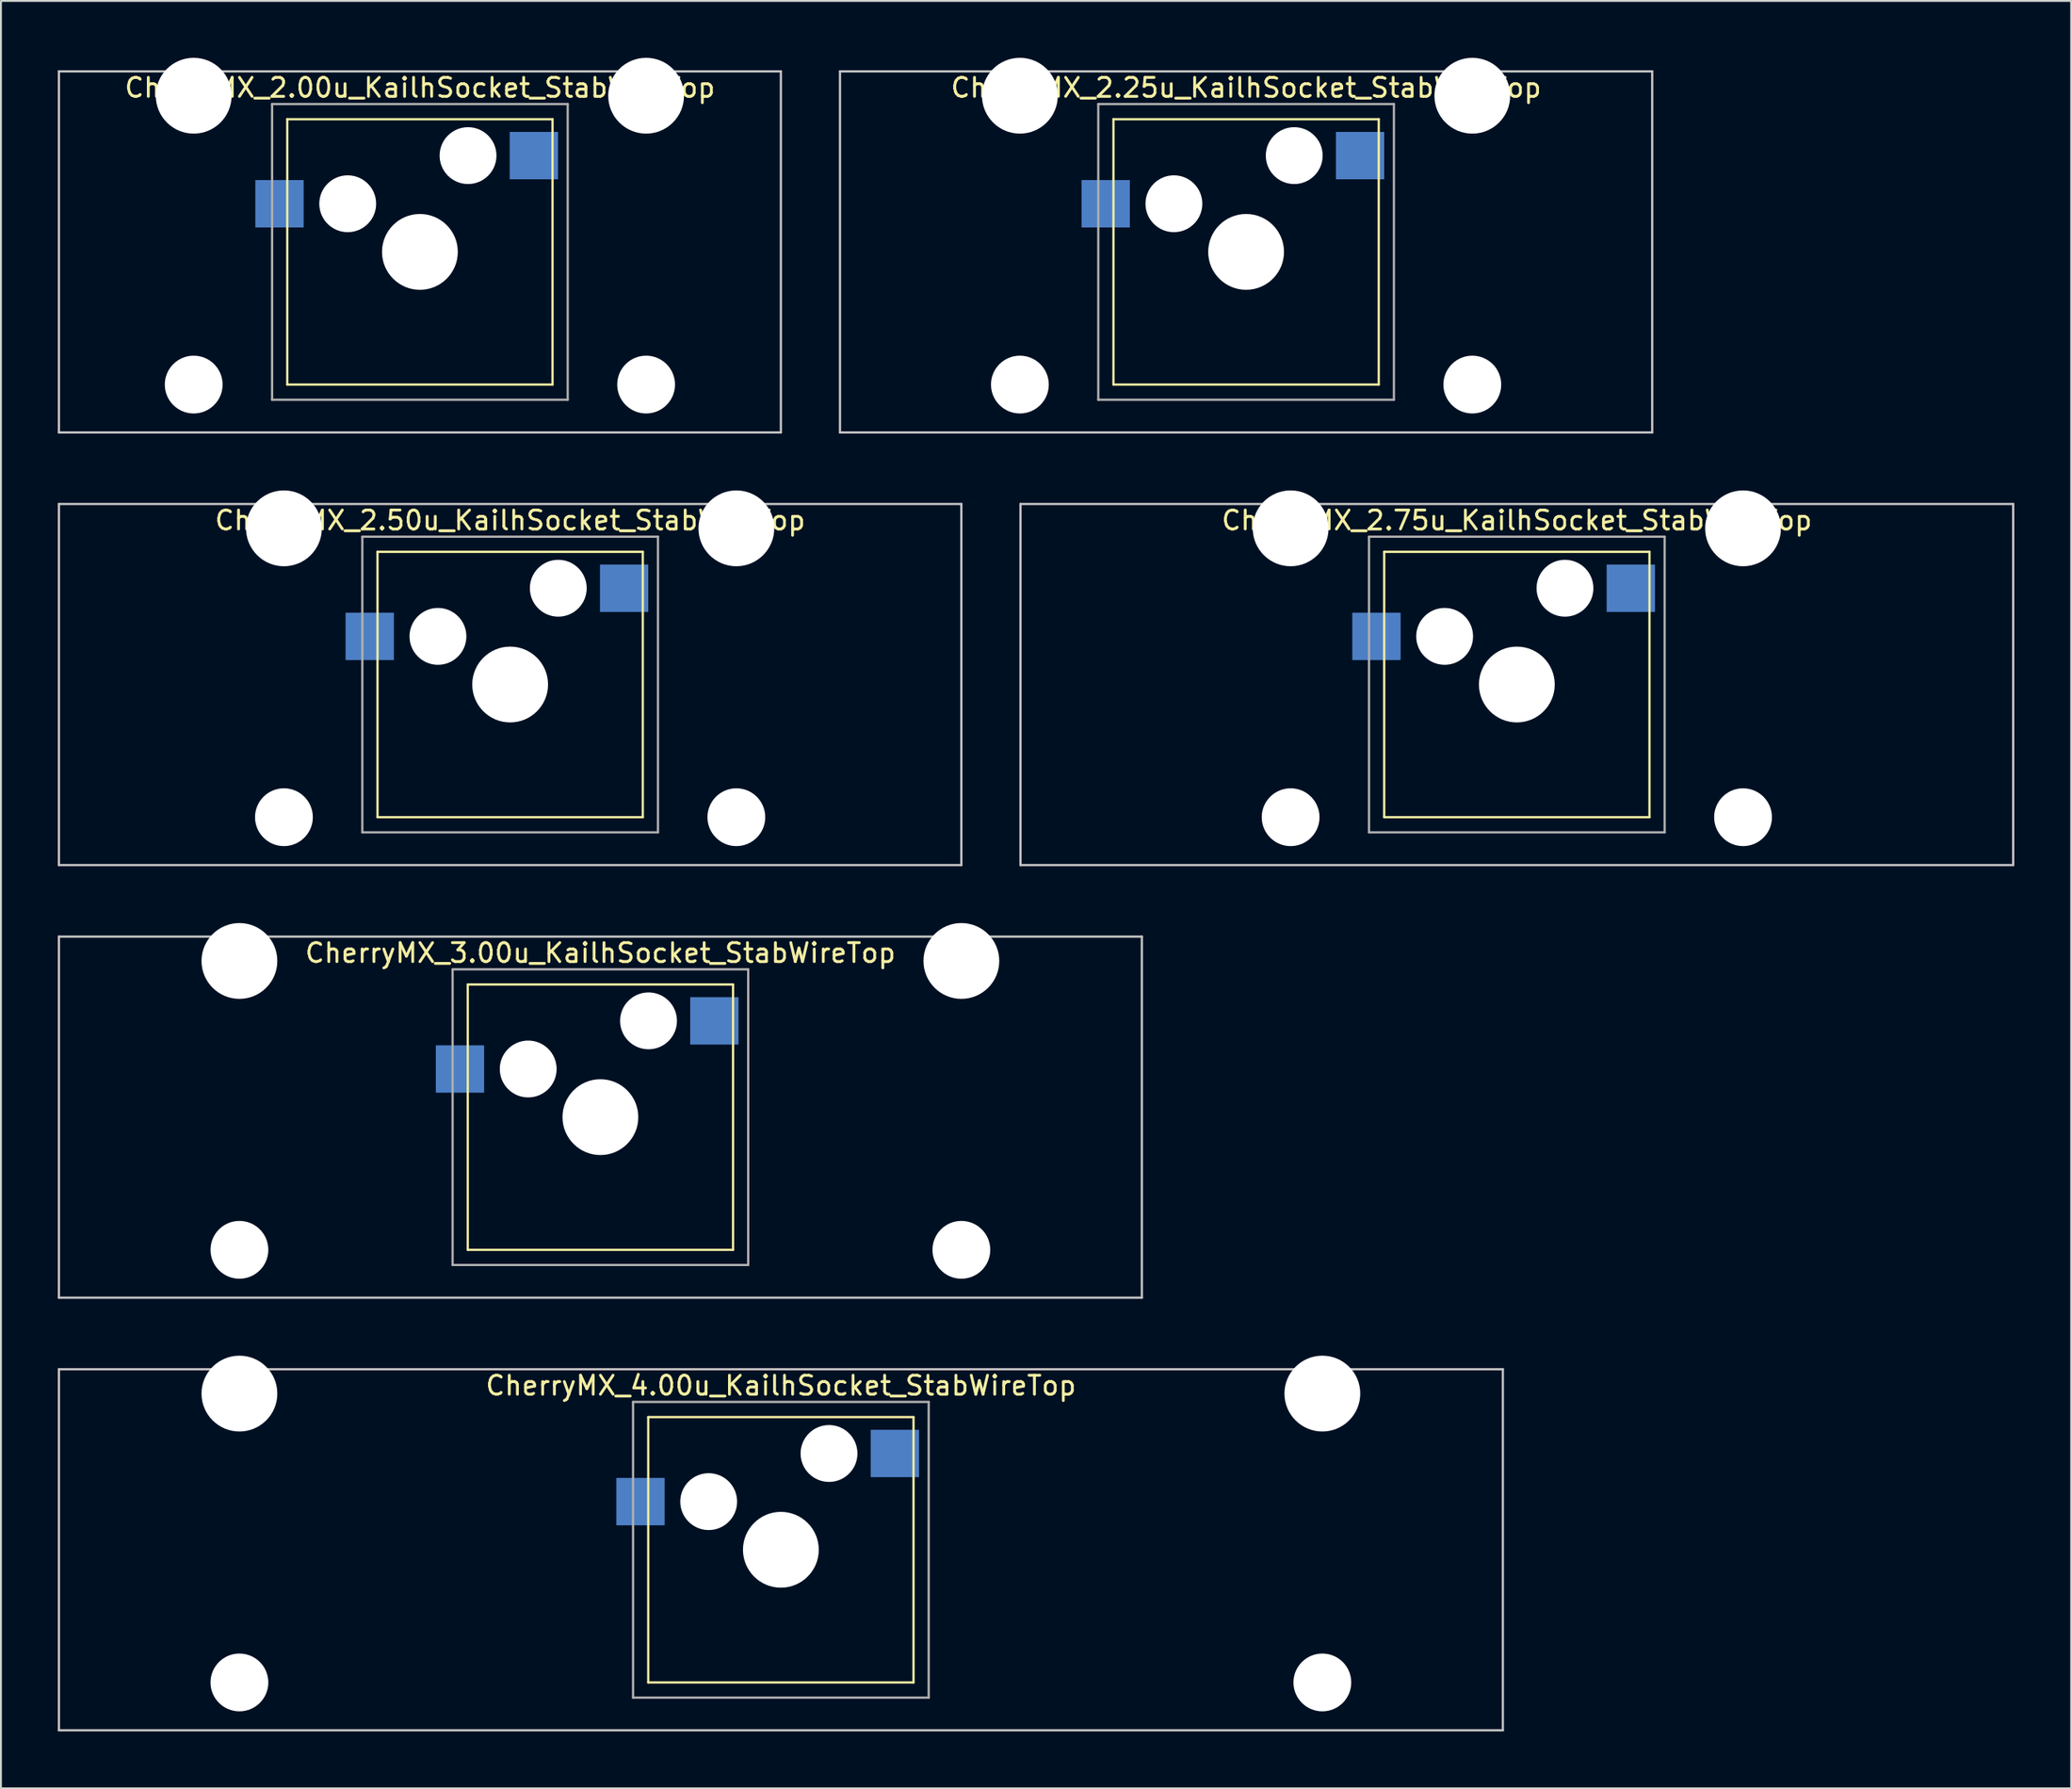
<source format=kicad_pcb>
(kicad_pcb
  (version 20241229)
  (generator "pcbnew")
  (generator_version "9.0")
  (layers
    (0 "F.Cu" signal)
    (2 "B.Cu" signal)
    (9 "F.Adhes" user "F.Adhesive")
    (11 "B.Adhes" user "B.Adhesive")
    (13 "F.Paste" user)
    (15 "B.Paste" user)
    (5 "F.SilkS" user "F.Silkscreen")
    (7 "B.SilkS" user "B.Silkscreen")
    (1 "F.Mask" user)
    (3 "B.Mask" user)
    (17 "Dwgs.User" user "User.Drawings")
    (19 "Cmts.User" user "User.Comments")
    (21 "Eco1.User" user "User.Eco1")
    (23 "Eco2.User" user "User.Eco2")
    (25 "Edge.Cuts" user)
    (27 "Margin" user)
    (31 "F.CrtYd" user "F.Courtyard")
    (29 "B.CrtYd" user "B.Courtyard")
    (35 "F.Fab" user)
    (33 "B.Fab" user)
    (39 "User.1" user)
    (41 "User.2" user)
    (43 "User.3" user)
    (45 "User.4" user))
  (footprint "CherryMX_2.75u_KailhSocket_StabWireTop"
    (layer "F.Cu")
    (at 76.999 33.065)
    (property "Reference" "CherryMX_2.75u_KailhSocket_StabWireTop" (at 0 -8.662 0) (layer "F.SilkS") (effects (font (size 1 1) (thickness 0.15))))
    (attr through_hole)
    (fp_line (start -7 -7) (end -7 7) (stroke (width 0.12) (type solid)) (layer "F.SilkS"))
    (fp_line (start -7 -7) (end 7 -7) (stroke (width 0.12) (type solid)) (layer "F.SilkS"))
    (fp_line (start 7 -7) (end 7 7) (stroke (width 0.12) (type solid)) (layer "F.SilkS"))
    (fp_line (start 7 7) (end -7 7) (stroke (width 0.12) (type solid)) (layer "F.SilkS"))
    (fp_line (start -26.194 -9.525) (end 26.194 -9.525) (stroke (width 0.12) (type solid)) (layer "Dwgs.User"))
    (fp_line (start -26.194 9.525) (end -26.194 -9.525) (stroke (width 0.12) (type solid)) (layer "Dwgs.User"))
    (fp_line (start 26.194 -9.525) (end 26.194 9.525) (stroke (width 0.12) (type solid)) (layer "Dwgs.User"))
    (fp_line (start 26.194 9.525) (end -26.194 9.525) (stroke (width 0.12) (type solid)) (layer "Dwgs.User"))
    (fp_line (start -7.8 -7.8) (end -7.8 7.8) (stroke (width 0.12) (type solid)) (layer "F.Fab"))
    (fp_line (start -7.8 -7.8) (end 7.8 -7.8) (stroke (width 0.12) (type solid)) (layer "F.Fab"))
    (fp_line (start -7.8 7.8) (end 7.8 7.8) (stroke (width 0.12) (type solid)) (layer "F.Fab"))
    (fp_line (start 7.8 -7.8) (end 7.8 7.8) (stroke (width 0.12) (type solid)) (layer "F.Fab"))
    (pad "" np_thru_hole circle (at -11.938 -8.24) (size 4 4) (drill 4) (layers "*.Cu" "*.Mask"))
    (pad "" np_thru_hole circle (at -11.938 7) (size 3.05 3.05) (drill 3.05) (layers "*.Cu" "*.Mask"))
    (pad "" np_thru_hole circle (at -3.81 -2.54) (size 3 3) (drill 3) (layers "*.Cu" "*.Mask"))
    (pad "" np_thru_hole circle (at 0 0) (size 4 4) (drill 4) (layers "*.Cu" "*.Mask"))
    (pad "" np_thru_hole circle (at 2.54 -5.08) (size 3 3) (drill 3) (layers "*.Cu" "*.Mask"))
    (pad "" np_thru_hole circle (at 11.938 -8.24) (size 4 4) (drill 4) (layers "*.Cu" "*.Mask"))
    (pad "" np_thru_hole circle (at 11.938 7) (size 3.05 3.05) (drill 3.05) (layers "*.Cu" "*.Mask"))
    (pad "1" smd rect (at -7.41 -2.54) (size 2.55 2.5) (layers "B.Cu" "B.Mask" "B.Paste"))
    (pad "2" smd rect (at 6.015 -5.08) (size 2.55 2.5) (layers "B.Cu" "B.Mask" "B.Paste")))
  (footprint "CherryMX_2.50u_KailhSocket_StabWireTop"
    (layer "F.Cu")
    (at 23.872 33.065)
    (property "Reference" "CherryMX_2.50u_KailhSocket_StabWireTop" (at 0 -8.662 0) (layer "F.SilkS") (effects (font (size 1 1) (thickness 0.15))))
    (attr through_hole)
    (fp_line (start -7 -7) (end -7 7) (stroke (width 0.12) (type solid)) (layer "F.SilkS"))
    (fp_line (start -7 -7) (end 7 -7) (stroke (width 0.12) (type solid)) (layer "F.SilkS"))
    (fp_line (start 7 -7) (end 7 7) (stroke (width 0.12) (type solid)) (layer "F.SilkS"))
    (fp_line (start 7 7) (end -7 7) (stroke (width 0.12) (type solid)) (layer "F.SilkS"))
    (fp_line (start -23.812 -9.525) (end 23.812 -9.525) (stroke (width 0.12) (type solid)) (layer "Dwgs.User"))
    (fp_line (start -23.812 9.525) (end -23.812 -9.525) (stroke (width 0.12) (type solid)) (layer "Dwgs.User"))
    (fp_line (start 23.812 -9.525) (end 23.812 9.525) (stroke (width 0.12) (type solid)) (layer "Dwgs.User"))
    (fp_line (start 23.812 9.525) (end -23.812 9.525) (stroke (width 0.12) (type solid)) (layer "Dwgs.User"))
    (fp_line (start -7.8 -7.8) (end -7.8 7.8) (stroke (width 0.12) (type solid)) (layer "F.Fab"))
    (fp_line (start -7.8 -7.8) (end 7.8 -7.8) (stroke (width 0.12) (type solid)) (layer "F.Fab"))
    (fp_line (start -7.8 7.8) (end 7.8 7.8) (stroke (width 0.12) (type solid)) (layer "F.Fab"))
    (fp_line (start 7.8 -7.8) (end 7.8 7.8) (stroke (width 0.12) (type solid)) (layer "F.Fab"))
    (pad "" np_thru_hole circle (at -11.938 -8.24) (size 4 4) (drill 4) (layers "*.Cu" "*.Mask"))
    (pad "" np_thru_hole circle (at -11.938 7) (size 3.05 3.05) (drill 3.05) (layers "*.Cu" "*.Mask"))
    (pad "" np_thru_hole circle (at -3.81 -2.54) (size 3 3) (drill 3) (layers "*.Cu" "*.Mask"))
    (pad "" np_thru_hole circle (at 0 0) (size 4 4) (drill 4) (layers "*.Cu" "*.Mask"))
    (pad "" np_thru_hole circle (at 2.54 -5.08) (size 3 3) (drill 3) (layers "*.Cu" "*.Mask"))
    (pad "" np_thru_hole circle (at 11.938 -8.24) (size 4 4) (drill 4) (layers "*.Cu" "*.Mask"))
    (pad "" np_thru_hole circle (at 11.938 7) (size 3.05 3.05) (drill 3.05) (layers "*.Cu" "*.Mask"))
    (pad "1" smd rect (at -7.41 -2.54) (size 2.55 2.5) (layers "B.Cu" "B.Mask" "B.Paste"))
    (pad "2" smd rect (at 6.015 -5.08) (size 2.55 2.5) (layers "B.Cu" "B.Mask" "B.Paste")))
  (footprint "CherryMX_3.00u_KailhSocket_StabWireTop"
    (layer "F.Cu")
    (at 28.635 55.89)
    (property "Reference" "CherryMX_3.00u_KailhSocket_StabWireTop" (at 0 -8.662 0) (layer "F.SilkS") (effects (font (size 1 1) (thickness 0.15))))
    (attr through_hole)
    (fp_line (start -7 -7) (end -7 7) (stroke (width 0.12) (type solid)) (layer "F.SilkS"))
    (fp_line (start -7 -7) (end 7 -7) (stroke (width 0.12) (type solid)) (layer "F.SilkS"))
    (fp_line (start 7 -7) (end 7 7) (stroke (width 0.12) (type solid)) (layer "F.SilkS"))
    (fp_line (start 7 7) (end -7 7) (stroke (width 0.12) (type solid)) (layer "F.SilkS"))
    (fp_line (start -28.575 -9.525) (end 28.575 -9.525) (stroke (width 0.12) (type solid)) (layer "Dwgs.User"))
    (fp_line (start -28.575 9.525) (end -28.575 -9.525) (stroke (width 0.12) (type solid)) (layer "Dwgs.User"))
    (fp_line (start 28.575 -9.525) (end 28.575 9.525) (stroke (width 0.12) (type solid)) (layer "Dwgs.User"))
    (fp_line (start 28.575 9.525) (end -28.575 9.525) (stroke (width 0.12) (type solid)) (layer "Dwgs.User"))
    (fp_line (start -7.8 -7.8) (end -7.8 7.8) (stroke (width 0.12) (type solid)) (layer "F.Fab"))
    (fp_line (start -7.8 -7.8) (end 7.8 -7.8) (stroke (width 0.12) (type solid)) (layer "F.Fab"))
    (fp_line (start -7.8 7.8) (end 7.8 7.8) (stroke (width 0.12) (type solid)) (layer "F.Fab"))
    (fp_line (start 7.8 -7.8) (end 7.8 7.8) (stroke (width 0.12) (type solid)) (layer "F.Fab"))
    (pad "" np_thru_hole circle (at -19.05 -8.24) (size 4 4) (drill 4) (layers "*.Cu" "*.Mask"))
    (pad "" np_thru_hole circle (at -19.05 7) (size 3.05 3.05) (drill 3.05) (layers "*.Cu" "*.Mask"))
    (pad "" np_thru_hole circle (at -3.81 -2.54) (size 3 3) (drill 3) (layers "*.Cu" "*.Mask"))
    (pad "" np_thru_hole circle (at 0 0) (size 4 4) (drill 4) (layers "*.Cu" "*.Mask"))
    (pad "" np_thru_hole circle (at 2.54 -5.08) (size 3 3) (drill 3) (layers "*.Cu" "*.Mask"))
    (pad "" np_thru_hole circle (at 19.05 -8.24) (size 4 4) (drill 4) (layers "*.Cu" "*.Mask"))
    (pad "" np_thru_hole circle (at 19.05 7) (size 3.05 3.05) (drill 3.05) (layers "*.Cu" "*.Mask"))
    (pad "1" smd rect (at -7.41 -2.54) (size 2.55 2.5) (layers "B.Cu" "B.Mask" "B.Paste"))
    (pad "2" smd rect (at 6.015 -5.08) (size 2.55 2.5) (layers "B.Cu" "B.Mask" "B.Paste")))
  (footprint "CherryMX_4.00u_KailhSocket_StabWireTop"
    (layer "F.Cu")
    (at 38.16 78.715)
    (property "Reference" "CherryMX_4.00u_KailhSocket_StabWireTop" (at 0 -8.662 0) (layer "F.SilkS") (effects (font (size 1 1) (thickness 0.15))))
    (attr through_hole)
    (fp_line (start -7 -7) (end -7 7) (stroke (width 0.12) (type solid)) (layer "F.SilkS"))
    (fp_line (start -7 -7) (end 7 -7) (stroke (width 0.12) (type solid)) (layer "F.SilkS"))
    (fp_line (start 7 -7) (end 7 7) (stroke (width 0.12) (type solid)) (layer "F.SilkS"))
    (fp_line (start 7 7) (end -7 7) (stroke (width 0.12) (type solid)) (layer "F.SilkS"))
    (fp_line (start -38.1 -9.525) (end 38.1 -9.525) (stroke (width 0.12) (type solid)) (layer "Dwgs.User"))
    (fp_line (start -38.1 9.525) (end -38.1 -9.525) (stroke (width 0.12) (type solid)) (layer "Dwgs.User"))
    (fp_line (start 38.1 -9.525) (end 38.1 9.525) (stroke (width 0.12) (type solid)) (layer "Dwgs.User"))
    (fp_line (start 38.1 9.525) (end -38.1 9.525) (stroke (width 0.12) (type solid)) (layer "Dwgs.User"))
    (fp_line (start -7.8 -7.8) (end -7.8 7.8) (stroke (width 0.12) (type solid)) (layer "F.Fab"))
    (fp_line (start -7.8 -7.8) (end 7.8 -7.8) (stroke (width 0.12) (type solid)) (layer "F.Fab"))
    (fp_line (start -7.8 7.8) (end 7.8 7.8) (stroke (width 0.12) (type solid)) (layer "F.Fab"))
    (fp_line (start 7.8 -7.8) (end 7.8 7.8) (stroke (width 0.12) (type solid)) (layer "F.Fab"))
    (pad "" np_thru_hole circle (at -28.575 -8.24) (size 4 4) (drill 4) (layers "*.Cu" "*.Mask"))
    (pad "" np_thru_hole circle (at -28.575 7) (size 3.05 3.05) (drill 3.05) (layers "*.Cu" "*.Mask"))
    (pad "" np_thru_hole circle (at -3.81 -2.54) (size 3 3) (drill 3) (layers "*.Cu" "*.Mask"))
    (pad "" np_thru_hole circle (at 0 0) (size 4 4) (drill 4) (layers "*.Cu" "*.Mask"))
    (pad "" np_thru_hole circle (at 2.54 -5.08) (size 3 3) (drill 3) (layers "*.Cu" "*.Mask"))
    (pad "" np_thru_hole circle (at 28.575 -8.24) (size 4 4) (drill 4) (layers "*.Cu" "*.Mask"))
    (pad "" np_thru_hole circle (at 28.575 7) (size 3.05 3.05) (drill 3.05) (layers "*.Cu" "*.Mask"))
    (pad "1" smd rect (at -7.41 -2.54) (size 2.55 2.5) (layers "B.Cu" "B.Mask" "B.Paste"))
    (pad "2" smd rect (at 6.015 -5.08) (size 2.55 2.5) (layers "B.Cu" "B.Mask" "B.Paste")))
  (footprint "CherryMX_2.00u_KailhSocket_StabWireTop"
    (layer "F.Cu")
    (at 19.11 10.24)
    (property "Reference" "CherryMX_2.00u_KailhSocket_StabWireTop" (at 0 -8.662 0) (layer "F.SilkS") (effects (font (size 1 1) (thickness 0.15))))
    (attr through_hole)
    (fp_line (start -7 -7) (end -7 7) (stroke (width 0.12) (type solid)) (layer "F.SilkS"))
    (fp_line (start -7 -7) (end 7 -7) (stroke (width 0.12) (type solid)) (layer "F.SilkS"))
    (fp_line (start 7 -7) (end 7 7) (stroke (width 0.12) (type solid)) (layer "F.SilkS"))
    (fp_line (start 7 7) (end -7 7) (stroke (width 0.12) (type solid)) (layer "F.SilkS"))
    (fp_line (start -19.05 -9.525) (end 19.05 -9.525) (stroke (width 0.12) (type solid)) (layer "Dwgs.User"))
    (fp_line (start -19.05 9.525) (end -19.05 -9.525) (stroke (width 0.12) (type solid)) (layer "Dwgs.User"))
    (fp_line (start 19.05 -9.525) (end 19.05 9.525) (stroke (width 0.12) (type solid)) (layer "Dwgs.User"))
    (fp_line (start 19.05 9.525) (end -19.05 9.525) (stroke (width 0.12) (type solid)) (layer "Dwgs.User"))
    (fp_line (start -7.8 -7.8) (end -7.8 7.8) (stroke (width 0.12) (type solid)) (layer "F.Fab"))
    (fp_line (start -7.8 -7.8) (end 7.8 -7.8) (stroke (width 0.12) (type solid)) (layer "F.Fab"))
    (fp_line (start -7.8 7.8) (end 7.8 7.8) (stroke (width 0.12) (type solid)) (layer "F.Fab"))
    (fp_line (start 7.8 -7.8) (end 7.8 7.8) (stroke (width 0.12) (type solid)) (layer "F.Fab"))
    (pad "" np_thru_hole circle (at -11.938 -8.24) (size 4 4) (drill 4) (layers "*.Cu" "*.Mask"))
    (pad "" np_thru_hole circle (at -11.938 7) (size 3.05 3.05) (drill 3.05) (layers "*.Cu" "*.Mask"))
    (pad "" np_thru_hole circle (at -3.81 -2.54) (size 3 3) (drill 3) (layers "*.Cu" "*.Mask"))
    (pad "" np_thru_hole circle (at 0 0) (size 4 4) (drill 4) (layers "*.Cu" "*.Mask"))
    (pad "" np_thru_hole circle (at 2.54 -5.08) (size 3 3) (drill 3) (layers "*.Cu" "*.Mask"))
    (pad "" np_thru_hole circle (at 11.938 -8.24) (size 4 4) (drill 4) (layers "*.Cu" "*.Mask"))
    (pad "" np_thru_hole circle (at 11.938 7) (size 3.05 3.05) (drill 3.05) (layers "*.Cu" "*.Mask"))
    (pad "1" smd rect (at -7.41 -2.54) (size 2.55 2.5) (layers "B.Cu" "B.Mask" "B.Paste"))
    (pad "2" smd rect (at 6.015 -5.08) (size 2.55 2.5) (layers "B.Cu" "B.Mask" "B.Paste")))
  (footprint "CherryMX_2.25u_KailhSocket_StabWireTop"
    (layer "F.Cu")
    (at 62.711 10.24)
    (property "Reference" "CherryMX_2.25u_KailhSocket_StabWireTop" (at 0 -8.662 0) (layer "F.SilkS") (effects (font (size 1 1) (thickness 0.15))))
    (attr through_hole)
    (fp_line (start -7 -7) (end -7 7) (stroke (width 0.12) (type solid)) (layer "F.SilkS"))
    (fp_line (start -7 -7) (end 7 -7) (stroke (width 0.12) (type solid)) (layer "F.SilkS"))
    (fp_line (start 7 -7) (end 7 7) (stroke (width 0.12) (type solid)) (layer "F.SilkS"))
    (fp_line (start 7 7) (end -7 7) (stroke (width 0.12) (type solid)) (layer "F.SilkS"))
    (fp_line (start -21.431 -9.525) (end 21.431 -9.525) (stroke (width 0.12) (type solid)) (layer "Dwgs.User"))
    (fp_line (start -21.431 9.525) (end -21.431 -9.525) (stroke (width 0.12) (type solid)) (layer "Dwgs.User"))
    (fp_line (start 21.431 -9.525) (end 21.431 9.525) (stroke (width 0.12) (type solid)) (layer "Dwgs.User"))
    (fp_line (start 21.431 9.525) (end -21.431 9.525) (stroke (width 0.12) (type solid)) (layer "Dwgs.User"))
    (fp_line (start -7.8 -7.8) (end -7.8 7.8) (stroke (width 0.12) (type solid)) (layer "F.Fab"))
    (fp_line (start -7.8 -7.8) (end 7.8 -7.8) (stroke (width 0.12) (type solid)) (layer "F.Fab"))
    (fp_line (start -7.8 7.8) (end 7.8 7.8) (stroke (width 0.12) (type solid)) (layer "F.Fab"))
    (fp_line (start 7.8 -7.8) (end 7.8 7.8) (stroke (width 0.12) (type solid)) (layer "F.Fab"))
    (pad "" np_thru_hole circle (at -11.938 -8.24) (size 4 4) (drill 4) (layers "*.Cu" "*.Mask"))
    (pad "" np_thru_hole circle (at -11.938 7) (size 3.05 3.05) (drill 3.05) (layers "*.Cu" "*.Mask"))
    (pad "" np_thru_hole circle (at -3.81 -2.54) (size 3 3) (drill 3) (layers "*.Cu" "*.Mask"))
    (pad "" np_thru_hole circle (at 0 0) (size 4 4) (drill 4) (layers "*.Cu" "*.Mask"))
    (pad "" np_thru_hole circle (at 2.54 -5.08) (size 3 3) (drill 3) (layers "*.Cu" "*.Mask"))
    (pad "" np_thru_hole circle (at 11.938 -8.24) (size 4 4) (drill 4) (layers "*.Cu" "*.Mask"))
    (pad "" np_thru_hole circle (at 11.938 7) (size 3.05 3.05) (drill 3.05) (layers "*.Cu" "*.Mask"))
    (pad "1" smd rect (at -7.41 -2.54) (size 2.55 2.5) (layers "B.Cu" "B.Mask" "B.Paste"))
    (pad "2" smd rect (at 6.015 -5.08) (size 2.55 2.5) (layers "B.Cu" "B.Mask" "B.Paste")))
  (gr_rect
    (start -3 -3)
    (end 106.252 91.3)
    (stroke (width 0.1) (type default))
    (fill no)
    (layer "Edge.Cuts")))
</source>
